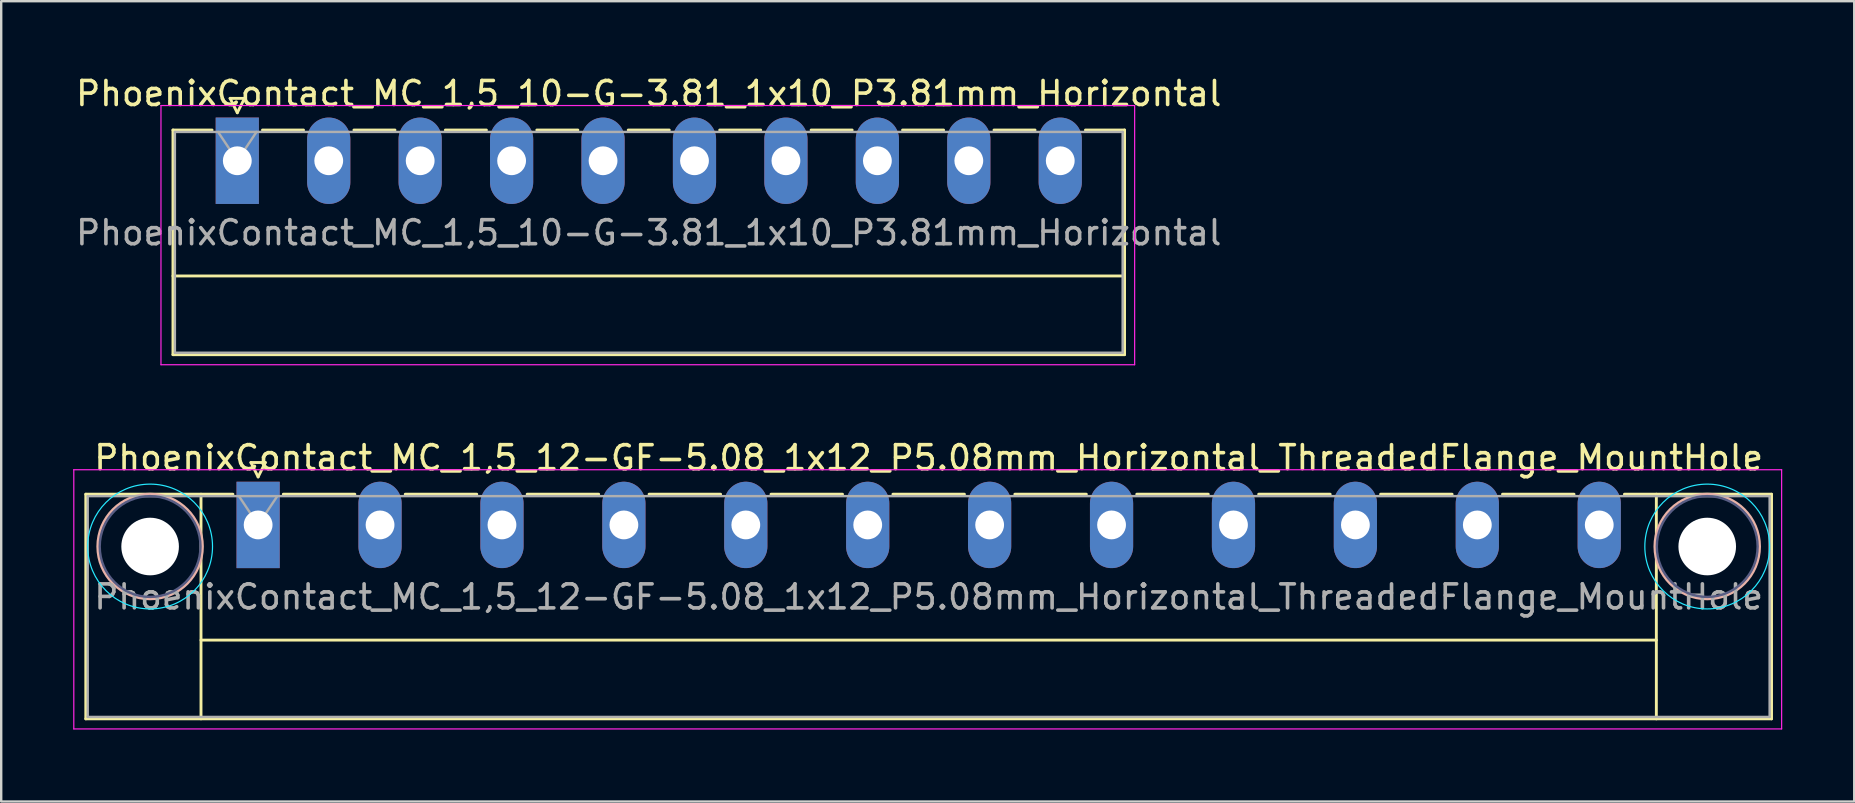
<source format=kicad_pcb>
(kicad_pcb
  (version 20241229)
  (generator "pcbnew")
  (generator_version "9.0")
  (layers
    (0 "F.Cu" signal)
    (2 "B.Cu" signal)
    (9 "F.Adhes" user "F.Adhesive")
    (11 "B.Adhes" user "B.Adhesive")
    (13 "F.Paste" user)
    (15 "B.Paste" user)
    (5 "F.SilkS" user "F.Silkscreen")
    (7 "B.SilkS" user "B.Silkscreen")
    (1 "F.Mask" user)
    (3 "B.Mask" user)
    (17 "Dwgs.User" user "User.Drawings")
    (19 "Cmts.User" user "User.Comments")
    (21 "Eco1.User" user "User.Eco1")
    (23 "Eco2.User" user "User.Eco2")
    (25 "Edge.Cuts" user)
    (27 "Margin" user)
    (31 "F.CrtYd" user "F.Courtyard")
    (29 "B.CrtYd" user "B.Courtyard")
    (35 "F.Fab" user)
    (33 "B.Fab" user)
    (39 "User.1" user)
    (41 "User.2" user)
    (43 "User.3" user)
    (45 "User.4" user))
  (footprint "PhoenixContact_MC_1,5_12-GF-5.08_1x12_P5.08mm_Horizontal_ThreadedFlange_MountHole"
    (layer "F.Cu")
    (at 7.705 18.822)
    (property "Reference" "PhoenixContact_MC_1,5_12-GF-5.08_1x12_P5.08mm_Horizontal_ThreadedFlange_MountHole" (at 27.94 -2.8 0) (layer "F.SilkS") (effects (font (size 1 1) (thickness 0.15))))
    (attr through_hole)
    (fp_line (start -7.18 -1.28) (end -7.18 8.08) (stroke (width 0.12) (type solid)) (layer "F.SilkS"))
    (fp_line (start -7.18 -1.28) (end -1.05 -1.28) (stroke (width 0.12) (type solid)) (layer "F.SilkS"))
    (fp_line (start -7.18 8.08) (end 63.06 8.08) (stroke (width 0.12) (type solid)) (layer "F.SilkS"))
    (fp_line (start -2.38 -1.28) (end -2.38 8.08) (stroke (width 0.12) (type solid)) (layer "F.SilkS"))
    (fp_line (start -2.38 4.8) (end 58.26 4.8) (stroke (width 0.12) (type solid)) (layer "F.SilkS"))
    (fp_line (start -0.3 -2.6) (end 0.3 -2.6) (stroke (width 0.12) (type solid)) (layer "F.SilkS"))
    (fp_line (start 0 -2) (end -0.3 -2.6) (stroke (width 0.12) (type solid)) (layer "F.SilkS"))
    (fp_line (start 0.3 -2.6) (end 0 -2) (stroke (width 0.12) (type solid)) (layer "F.SilkS"))
    (fp_line (start 1.05 -1.28) (end 4.03 -1.28) (stroke (width 0.12) (type solid)) (layer "F.SilkS"))
    (fp_line (start 6.13 -1.28) (end 9.11 -1.28) (stroke (width 0.12) (type solid)) (layer "F.SilkS"))
    (fp_line (start 11.21 -1.28) (end 14.19 -1.28) (stroke (width 0.12) (type solid)) (layer "F.SilkS"))
    (fp_line (start 16.29 -1.28) (end 19.27 -1.28) (stroke (width 0.12) (type solid)) (layer "F.SilkS"))
    (fp_line (start 21.37 -1.28) (end 24.35 -1.28) (stroke (width 0.12) (type solid)) (layer "F.SilkS"))
    (fp_line (start 26.45 -1.28) (end 29.43 -1.28) (stroke (width 0.12) (type solid)) (layer "F.SilkS"))
    (fp_line (start 31.53 -1.28) (end 34.51 -1.28) (stroke (width 0.12) (type solid)) (layer "F.SilkS"))
    (fp_line (start 36.61 -1.28) (end 39.59 -1.28) (stroke (width 0.12) (type solid)) (layer "F.SilkS"))
    (fp_line (start 41.69 -1.28) (end 44.67 -1.28) (stroke (width 0.12) (type solid)) (layer "F.SilkS"))
    (fp_line (start 46.77 -1.28) (end 49.75 -1.28) (stroke (width 0.12) (type solid)) (layer "F.SilkS"))
    (fp_line (start 51.85 -1.28) (end 54.83 -1.28) (stroke (width 0.12) (type solid)) (layer "F.SilkS"))
    (fp_line (start 58.26 -1.28) (end 58.26 8.08) (stroke (width 0.12) (type solid)) (layer "F.SilkS"))
    (fp_line (start 63.06 -1.28) (end 56.93 -1.28) (stroke (width 0.12) (type solid)) (layer "F.SilkS"))
    (fp_line (start 63.06 8.08) (end 63.06 -1.28) (stroke (width 0.12) (type solid)) (layer "F.SilkS"))
    (fp_circle (center -4.5 0.9) (end -2.32 0.9) (stroke (width 0.12) (type solid)) (fill no) (layer "B.SilkS"))
    (fp_circle (center 60.38 0.9) (end 62.56 0.9) (stroke (width 0.12) (type solid)) (fill no) (layer "B.SilkS"))
    (fp_circle (center -4.5 0.9) (end -1.9 0.9) (stroke (width 0.05) (type solid)) (fill no) (layer "B.CrtYd"))
    (fp_circle (center 60.38 0.9) (end 62.98 0.9) (stroke (width 0.05) (type solid)) (fill no) (layer "B.CrtYd"))
    (fp_line (start -7.68 -2.3) (end -7.68 8.5) (stroke (width 0.05) (type solid)) (layer "F.CrtYd"))
    (fp_line (start -7.68 8.5) (end 63.48 8.5) (stroke (width 0.05) (type solid)) (layer "F.CrtYd"))
    (fp_line (start 63.48 -2.3) (end -7.68 -2.3) (stroke (width 0.05) (type solid)) (layer "F.CrtYd"))
    (fp_line (start 63.48 8.5) (end 63.48 -2.3) (stroke (width 0.05) (type solid)) (layer "F.CrtYd"))
    (fp_circle (center -4.5 0.9) (end -2.4 0.9) (stroke (width 0.1) (type solid)) (fill no) (layer "B.Fab"))
    (fp_circle (center 60.38 0.9) (end 62.48 0.9) (stroke (width 0.1) (type solid)) (fill no) (layer "B.Fab"))
    (fp_line (start -7.1 -1.2) (end -7.1 8) (stroke (width 0.1) (type solid)) (layer "F.Fab"))
    (fp_line (start -7.1 8) (end 62.98 8) (stroke (width 0.1) (type solid)) (layer "F.Fab"))
    (fp_line (start 0 0) (end -0.8 -1.2) (stroke (width 0.1) (type solid)) (layer "F.Fab"))
    (fp_line (start 0.8 -1.2) (end 0 0) (stroke (width 0.1) (type solid)) (layer "F.Fab"))
    (fp_line (start 62.98 -1.2) (end -7.1 -1.2) (stroke (width 0.1) (type solid)) (layer "F.Fab"))
    (fp_line (start 62.98 8) (end 62.98 -1.2) (stroke (width 0.1) (type solid)) (layer "F.Fab"))
    (fp_text user "${REFERENCE}" (at 27.94 3 0) (layer "F.Fab") (effects (font (size 1 1) (thickness 0.15))))
    (pad "" np_thru_hole circle (at -4.5 0.9) (size 2.4 2.4) (drill 2.4) (layers "*.Cu" "*.Mask"))
    (pad "" np_thru_hole circle (at 60.38 0.9) (size 2.4 2.4) (drill 2.4) (layers "*.Cu" "*.Mask"))
    (pad "1" thru_hole rect (at 0 0) (size 1.8 3.6) (drill 1.2) (layers "*.Cu" "*.Mask"))
    (pad "2" thru_hole oval (at 5.08 0) (size 1.8 3.6) (drill 1.2) (layers "*.Cu" "*.Mask"))
    (pad "3" thru_hole oval (at 10.16 0) (size 1.8 3.6) (drill 1.2) (layers "*.Cu" "*.Mask"))
    (pad "4" thru_hole oval (at 15.24 0) (size 1.8 3.6) (drill 1.2) (layers "*.Cu" "*.Mask"))
    (pad "5" thru_hole oval (at 20.32 0) (size 1.8 3.6) (drill 1.2) (layers "*.Cu" "*.Mask"))
    (pad "6" thru_hole oval (at 25.4 0) (size 1.8 3.6) (drill 1.2) (layers "*.Cu" "*.Mask"))
    (pad "7" thru_hole oval (at 30.48 0) (size 1.8 3.6) (drill 1.2) (layers "*.Cu" "*.Mask"))
    (pad "8" thru_hole oval (at 35.56 0) (size 1.8 3.6) (drill 1.2) (layers "*.Cu" "*.Mask"))
    (pad "9" thru_hole oval (at 40.64 0) (size 1.8 3.6) (drill 1.2) (layers "*.Cu" "*.Mask"))
    (pad "10" thru_hole oval (at 45.72 0) (size 1.8 3.6) (drill 1.2) (layers "*.Cu" "*.Mask"))
    (pad "11" thru_hole oval (at 50.8 0) (size 1.8 3.6) (drill 1.2) (layers "*.Cu" "*.Mask"))
    (pad "12" thru_hole oval (at 55.88 0) (size 1.8 3.6) (drill 1.2) (layers "*.Cu" "*.Mask")))
  (footprint "PhoenixContact_MC_1,5_10-G-3.81_1x10_P3.81mm_Horizontal"
    (layer "F.Cu")
    (at 6.837 3.648)
    (property "Reference" "PhoenixContact_MC_1,5_10-G-3.81_1x10_P3.81mm_Horizontal" (at 17.145 -2.8 0) (layer "F.SilkS") (effects (font (size 1 1) (thickness 0.15))))
    (attr through_hole)
    (fp_line (start -2.68 -1.28) (end -2.68 8.08) (stroke (width 0.12) (type solid)) (layer "F.SilkS"))
    (fp_line (start -2.68 -1.28) (end -1.05 -1.28) (stroke (width 0.12) (type solid)) (layer "F.SilkS"))
    (fp_line (start -2.68 4.8) (end 36.97 4.8) (stroke (width 0.12) (type solid)) (layer "F.SilkS"))
    (fp_line (start -2.68 8.08) (end 36.97 8.08) (stroke (width 0.12) (type solid)) (layer "F.SilkS"))
    (fp_line (start -0.3 -2.6) (end 0.3 -2.6) (stroke (width 0.12) (type solid)) (layer "F.SilkS"))
    (fp_line (start 0 -2) (end -0.3 -2.6) (stroke (width 0.12) (type solid)) (layer "F.SilkS"))
    (fp_line (start 0.3 -2.6) (end 0 -2) (stroke (width 0.12) (type solid)) (layer "F.SilkS"))
    (fp_line (start 1.05 -1.28) (end 2.76 -1.28) (stroke (width 0.12) (type solid)) (layer "F.SilkS"))
    (fp_line (start 4.86 -1.28) (end 6.57 -1.28) (stroke (width 0.12) (type solid)) (layer "F.SilkS"))
    (fp_line (start 8.67 -1.28) (end 10.38 -1.28) (stroke (width 0.12) (type solid)) (layer "F.SilkS"))
    (fp_line (start 12.48 -1.28) (end 14.19 -1.28) (stroke (width 0.12) (type solid)) (layer "F.SilkS"))
    (fp_line (start 16.29 -1.28) (end 18 -1.28) (stroke (width 0.12) (type solid)) (layer "F.SilkS"))
    (fp_line (start 20.1 -1.28) (end 21.81 -1.28) (stroke (width 0.12) (type solid)) (layer "F.SilkS"))
    (fp_line (start 23.91 -1.28) (end 25.62 -1.28) (stroke (width 0.12) (type solid)) (layer "F.SilkS"))
    (fp_line (start 27.72 -1.28) (end 29.43 -1.28) (stroke (width 0.12) (type solid)) (layer "F.SilkS"))
    (fp_line (start 31.53 -1.28) (end 33.24 -1.28) (stroke (width 0.12) (type solid)) (layer "F.SilkS"))
    (fp_line (start 36.97 -1.28) (end 35.34 -1.28) (stroke (width 0.12) (type solid)) (layer "F.SilkS"))
    (fp_line (start 36.97 8.08) (end 36.97 -1.28) (stroke (width 0.12) (type solid)) (layer "F.SilkS"))
    (fp_line (start -3.18 -2.3) (end -3.18 8.5) (stroke (width 0.05) (type solid)) (layer "F.CrtYd"))
    (fp_line (start -3.18 8.5) (end 37.39 8.5) (stroke (width 0.05) (type solid)) (layer "F.CrtYd"))
    (fp_line (start 37.39 -2.3) (end -3.18 -2.3) (stroke (width 0.05) (type solid)) (layer "F.CrtYd"))
    (fp_line (start 37.39 8.5) (end 37.39 -2.3) (stroke (width 0.05) (type solid)) (layer "F.CrtYd"))
    (fp_line (start -2.6 -1.2) (end -2.6 8) (stroke (width 0.1) (type solid)) (layer "F.Fab"))
    (fp_line (start -2.6 8) (end 36.89 8) (stroke (width 0.1) (type solid)) (layer "F.Fab"))
    (fp_line (start 0 0) (end -0.8 -1.2) (stroke (width 0.1) (type solid)) (layer "F.Fab"))
    (fp_line (start 0.8 -1.2) (end 0 0) (stroke (width 0.1) (type solid)) (layer "F.Fab"))
    (fp_line (start 36.89 -1.2) (end -2.6 -1.2) (stroke (width 0.1) (type solid)) (layer "F.Fab"))
    (fp_line (start 36.89 8) (end 36.89 -1.2) (stroke (width 0.1) (type solid)) (layer "F.Fab"))
    (fp_text user "${REFERENCE}" (at 17.145 3 0) (layer "F.Fab") (effects (font (size 1 1) (thickness 0.15))))
    (pad "1" thru_hole rect (at 0 0) (size 1.8 3.6) (drill 1.2) (layers "*.Cu" "*.Mask"))
    (pad "2" thru_hole oval (at 3.81 0) (size 1.8 3.6) (drill 1.2) (layers "*.Cu" "*.Mask"))
    (pad "3" thru_hole oval (at 7.62 0) (size 1.8 3.6) (drill 1.2) (layers "*.Cu" "*.Mask"))
    (pad "4" thru_hole oval (at 11.43 0) (size 1.8 3.6) (drill 1.2) (layers "*.Cu" "*.Mask"))
    (pad "5" thru_hole oval (at 15.24 0) (size 1.8 3.6) (drill 1.2) (layers "*.Cu" "*.Mask"))
    (pad "6" thru_hole oval (at 19.05 0) (size 1.8 3.6) (drill 1.2) (layers "*.Cu" "*.Mask"))
    (pad "7" thru_hole oval (at 22.86 0) (size 1.8 3.6) (drill 1.2) (layers "*.Cu" "*.Mask"))
    (pad "8" thru_hole oval (at 26.67 0) (size 1.8 3.6) (drill 1.2) (layers "*.Cu" "*.Mask"))
    (pad "9" thru_hole oval (at 30.48 0) (size 1.8 3.6) (drill 1.2) (layers "*.Cu" "*.Mask"))
    (pad "10" thru_hole oval (at 34.29 0) (size 1.8 3.6) (drill 1.2) (layers "*.Cu" "*.Mask")))
  (gr_rect
    (start -3 -3)
    (end 74.21 30.346)
    (stroke (width 0.1) (type default))
    (fill no)
    (layer "Edge.Cuts")))
</source>
